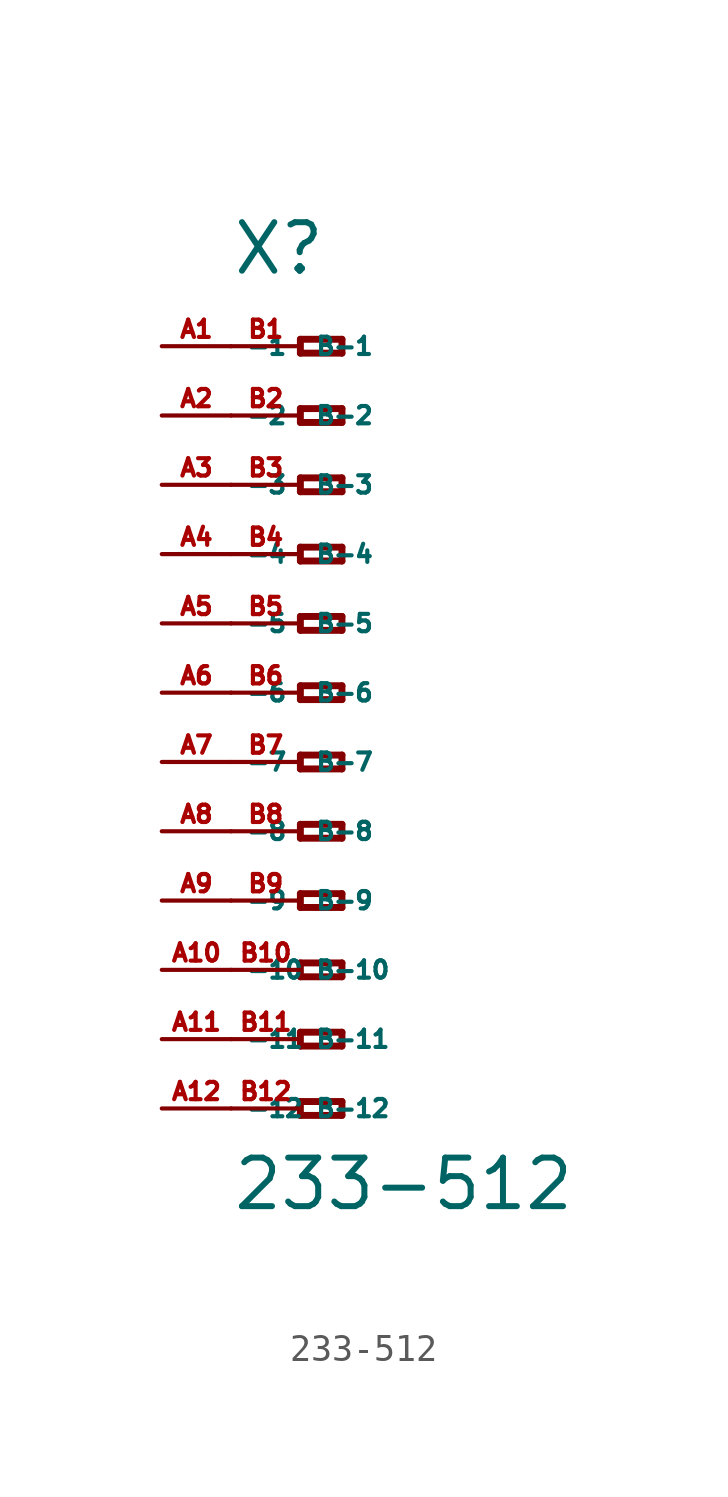
<source format=kicad_sym>
(kicad_symbol_lib
  (version 20220914)
  (generator Eagle2Kicad)
  (symbol "233-512"
    (property "Reference" "X"
      (at -5.08 15.24 0)
      (effects (font (size 1.778 1.778) (thickness 0.22)) (justify left bottom)))
    (property "Value" "233-512"
      (at -5.08 -19.05 0)
      (effects (font (size 1.778 1.778) (thickness 0.22)) (justify left bottom)))
    (polyline
      (pts (xy -2.54 12.954) (xy -2.54 12.446))
      (stroke (width 0.254) (type default))
      (fill (type none)))
    (polyline
      (pts (xy -2.54 12.446) (xy -1.016 12.446))
      (stroke (width 0.254) (type default))
      (fill (type none)))
    (polyline
      (pts (xy -1.016 12.446) (xy -1.016 12.954))
      (stroke (width 0.254) (type default))
      (fill (type none)))
    (polyline
      (pts (xy -1.016 12.954) (xy -2.54 12.954))
      (stroke (width 0.254) (type default))
      (fill (type none)))
    (polyline
      (pts (xy -2.54 10.414) (xy -2.54 9.906))
      (stroke (width 0.254) (type default))
      (fill (type none)))
    (polyline
      (pts (xy -2.54 9.906) (xy -1.016 9.906))
      (stroke (width 0.254) (type default))
      (fill (type none)))
    (polyline
      (pts (xy -1.016 9.906) (xy -1.016 10.414))
      (stroke (width 0.254) (type default))
      (fill (type none)))
    (polyline
      (pts (xy -1.016 10.414) (xy -2.54 10.414))
      (stroke (width 0.254) (type default))
      (fill (type none)))
    (polyline
      (pts (xy -2.54 7.874) (xy -2.54 7.366))
      (stroke (width 0.254) (type default))
      (fill (type none)))
    (polyline
      (pts (xy -2.54 7.366) (xy -1.016 7.366))
      (stroke (width 0.254) (type default))
      (fill (type none)))
    (polyline
      (pts (xy -1.016 7.366) (xy -1.016 7.874))
      (stroke (width 0.254) (type default))
      (fill (type none)))
    (polyline
      (pts (xy -1.016 7.874) (xy -2.54 7.874))
      (stroke (width 0.254) (type default))
      (fill (type none)))
    (polyline
      (pts (xy -2.54 5.334) (xy -2.54 4.826))
      (stroke (width 0.254) (type default))
      (fill (type none)))
    (polyline
      (pts (xy -2.54 4.826) (xy -1.016 4.826))
      (stroke (width 0.254) (type default))
      (fill (type none)))
    (polyline
      (pts (xy -1.016 4.826) (xy -1.016 5.334))
      (stroke (width 0.254) (type default))
      (fill (type none)))
    (polyline
      (pts (xy -1.016 5.334) (xy -2.54 5.334))
      (stroke (width 0.254) (type default))
      (fill (type none)))
    (polyline
      (pts (xy -2.54 2.794) (xy -2.54 2.286))
      (stroke (width 0.254) (type default))
      (fill (type none)))
    (polyline
      (pts (xy -2.54 2.286) (xy -1.016 2.286))
      (stroke (width 0.254) (type default))
      (fill (type none)))
    (polyline
      (pts (xy -1.016 2.286) (xy -1.016 2.794))
      (stroke (width 0.254) (type default))
      (fill (type none)))
    (polyline
      (pts (xy -1.016 2.794) (xy -2.54 2.794))
      (stroke (width 0.254) (type default))
      (fill (type none)))
    (polyline
      (pts (xy -2.54 0.254) (xy -2.54 -0.254))
      (stroke (width 0.254) (type default))
      (fill (type none)))
    (polyline
      (pts (xy -2.54 -0.254) (xy -1.016 -0.254))
      (stroke (width 0.254) (type default))
      (fill (type none)))
    (polyline
      (pts (xy -1.016 -0.254) (xy -1.016 0.254))
      (stroke (width 0.254) (type default))
      (fill (type none)))
    (polyline
      (pts (xy -1.016 0.254) (xy -2.54 0.254))
      (stroke (width 0.254) (type default))
      (fill (type none)))
    (polyline
      (pts (xy -2.54 -2.286) (xy -2.54 -2.794))
      (stroke (width 0.254) (type default))
      (fill (type none)))
    (polyline
      (pts (xy -2.54 -2.794) (xy -1.016 -2.794))
      (stroke (width 0.254) (type default))
      (fill (type none)))
    (polyline
      (pts (xy -1.016 -2.794) (xy -1.016 -2.286))
      (stroke (width 0.254) (type default))
      (fill (type none)))
    (polyline
      (pts (xy -1.016 -2.286) (xy -2.54 -2.286))
      (stroke (width 0.254) (type default))
      (fill (type none)))
    (polyline
      (pts (xy -2.54 -4.826) (xy -2.54 -5.334))
      (stroke (width 0.254) (type default))
      (fill (type none)))
    (polyline
      (pts (xy -2.54 -5.334) (xy -1.016 -5.334))
      (stroke (width 0.254) (type default))
      (fill (type none)))
    (polyline
      (pts (xy -1.016 -5.334) (xy -1.016 -4.826))
      (stroke (width 0.254) (type default))
      (fill (type none)))
    (polyline
      (pts (xy -1.016 -4.826) (xy -2.54 -4.826))
      (stroke (width 0.254) (type default))
      (fill (type none)))
    (polyline
      (pts (xy -2.54 -7.366) (xy -2.54 -7.874))
      (stroke (width 0.254) (type default))
      (fill (type none)))
    (polyline
      (pts (xy -2.54 -7.874) (xy -1.016 -7.874))
      (stroke (width 0.254) (type default))
      (fill (type none)))
    (polyline
      (pts (xy -1.016 -7.874) (xy -1.016 -7.366))
      (stroke (width 0.254) (type default))
      (fill (type none)))
    (polyline
      (pts (xy -1.016 -7.366) (xy -2.54 -7.366))
      (stroke (width 0.254) (type default))
      (fill (type none)))
    (polyline
      (pts (xy -2.54 -9.906) (xy -2.54 -10.414))
      (stroke (width 0.254) (type default))
      (fill (type none)))
    (polyline
      (pts (xy -2.54 -10.414) (xy -1.016 -10.414))
      (stroke (width 0.254) (type default))
      (fill (type none)))
    (polyline
      (pts (xy -1.016 -10.414) (xy -1.016 -9.906))
      (stroke (width 0.254) (type default))
      (fill (type none)))
    (polyline
      (pts (xy -1.016 -9.906) (xy -2.54 -9.906))
      (stroke (width 0.254) (type default))
      (fill (type none)))
    (polyline
      (pts (xy -2.54 -12.446) (xy -2.54 -12.954))
      (stroke (width 0.254) (type default))
      (fill (type none)))
    (polyline
      (pts (xy -2.54 -12.954) (xy -1.016 -12.954))
      (stroke (width 0.254) (type default))
      (fill (type none)))
    (polyline
      (pts (xy -1.016 -12.954) (xy -1.016 -12.446))
      (stroke (width 0.254) (type default))
      (fill (type none)))
    (polyline
      (pts (xy -1.016 -12.446) (xy -2.54 -12.446))
      (stroke (width 0.254) (type default))
      (fill (type none)))
    (polyline
      (pts (xy -2.54 -14.986) (xy -2.54 -15.494))
      (stroke (width 0.254) (type default))
      (fill (type none)))
    (polyline
      (pts (xy -2.54 -15.494) (xy -1.016 -15.494))
      (stroke (width 0.254) (type default))
      (fill (type none)))
    (polyline
      (pts (xy -1.016 -15.494) (xy -1.016 -14.986))
      (stroke (width 0.254) (type default))
      (fill (type none)))
    (polyline
      (pts (xy -1.016 -14.986) (xy -2.54 -14.986))
      (stroke (width 0.254) (type default))
      (fill (type none)))
    (pin passive line
      (at -7.62 12.7 0)
      (length 2.54)
      (name "-1" (effects (font (size 0.635 0.635) (thickness 0.08)) (justify left bottom)))
      (number "A1" (effects (font (size 0.635 0.635) (thickness 0.08)) (justify left bottom))))
    (pin passive line
      (at -7.62 10.16 0)
      (length 2.54)
      (name "-2" (effects (font (size 0.635 0.635) (thickness 0.08)) (justify left bottom)))
      (number "A2" (effects (font (size 0.635 0.635) (thickness 0.08)) (justify left bottom))))
    (pin passive line
      (at -7.62 7.62 0)
      (length 2.54)
      (name "-3" (effects (font (size 0.635 0.635) (thickness 0.08)) (justify left bottom)))
      (number "A3" (effects (font (size 0.635 0.635) (thickness 0.08)) (justify left bottom))))
    (pin passive line
      (at -7.62 5.08 0)
      (length 2.54)
      (name "-4" (effects (font (size 0.635 0.635) (thickness 0.08)) (justify left bottom)))
      (number "A4" (effects (font (size 0.635 0.635) (thickness 0.08)) (justify left bottom))))
    (pin passive line
      (at -7.62 2.54 0)
      (length 2.54)
      (name "-5" (effects (font (size 0.635 0.635) (thickness 0.08)) (justify left bottom)))
      (number "A5" (effects (font (size 0.635 0.635) (thickness 0.08)) (justify left bottom))))
    (pin passive line
      (at -7.62 0 0)
      (length 2.54)
      (name "-6" (effects (font (size 0.635 0.635) (thickness 0.08)) (justify left bottom)))
      (number "A6" (effects (font (size 0.635 0.635) (thickness 0.08)) (justify left bottom))))
    (pin passive line
      (at -7.62 -2.54 0)
      (length 2.54)
      (name "-7" (effects (font (size 0.635 0.635) (thickness 0.08)) (justify left bottom)))
      (number "A7" (effects (font (size 0.635 0.635) (thickness 0.08)) (justify left bottom))))
    (pin passive line
      (at -7.62 -5.08 0)
      (length 2.54)
      (name "-8" (effects (font (size 0.635 0.635) (thickness 0.08)) (justify left bottom)))
      (number "A8" (effects (font (size 0.635 0.635) (thickness 0.08)) (justify left bottom))))
    (pin passive line
      (at -7.62 -7.62 0)
      (length 2.54)
      (name "-9" (effects (font (size 0.635 0.635) (thickness 0.08)) (justify left bottom)))
      (number "A9" (effects (font (size 0.635 0.635) (thickness 0.08)) (justify left bottom))))
    (pin passive line
      (at -7.62 -10.16 0)
      (length 2.54)
      (name "-10" (effects (font (size 0.635 0.635) (thickness 0.08)) (justify left bottom)))
      (number "A10" (effects (font (size 0.635 0.635) (thickness 0.08)) (justify left bottom))))
    (pin passive line
      (at -7.62 -12.7 0)
      (length 2.54)
      (name "-11" (effects (font (size 0.635 0.635) (thickness 0.08)) (justify left bottom)))
      (number "A11" (effects (font (size 0.635 0.635) (thickness 0.08)) (justify left bottom))))
    (pin passive line
      (at -7.62 -15.24 0)
      (length 2.54)
      (name "-12" (effects (font (size 0.635 0.635) (thickness 0.08)) (justify left bottom)))
      (number "A12" (effects (font (size 0.635 0.635) (thickness 0.08)) (justify left bottom))))
    (pin passive line
      (at -5.08 -15.24 0)
      (length 2.54)
      (name "B-12" (effects (font (size 0.635 0.635) (thickness 0.08)) (justify left bottom)))
      (number "B12" (effects (font (size 0.635 0.635) (thickness 0.08)) (justify left bottom))))
    (pin passive line
      (at -5.08 12.7 0)
      (length 2.54)
      (name "B-1" (effects (font (size 0.635 0.635) (thickness 0.08)) (justify left bottom)))
      (number "B1" (effects (font (size 0.635 0.635) (thickness 0.08)) (justify left bottom))))
    (pin passive line
      (at -5.08 10.16 0)
      (length 2.54)
      (name "B-2" (effects (font (size 0.635 0.635) (thickness 0.08)) (justify left bottom)))
      (number "B2" (effects (font (size 0.635 0.635) (thickness 0.08)) (justify left bottom))))
    (pin passive line
      (at -5.08 7.62 0)
      (length 2.54)
      (name "B-3" (effects (font (size 0.635 0.635) (thickness 0.08)) (justify left bottom)))
      (number "B3" (effects (font (size 0.635 0.635) (thickness 0.08)) (justify left bottom))))
    (pin passive line
      (at -5.08 5.08 0)
      (length 2.54)
      (name "B-4" (effects (font (size 0.635 0.635) (thickness 0.08)) (justify left bottom)))
      (number "B4" (effects (font (size 0.635 0.635) (thickness 0.08)) (justify left bottom))))
    (pin passive line
      (at -5.08 2.54 0)
      (length 2.54)
      (name "B-5" (effects (font (size 0.635 0.635) (thickness 0.08)) (justify left bottom)))
      (number "B5" (effects (font (size 0.635 0.635) (thickness 0.08)) (justify left bottom))))
    (pin passive line
      (at -5.08 0 0)
      (length 2.54)
      (name "B-6" (effects (font (size 0.635 0.635) (thickness 0.08)) (justify left bottom)))
      (number "B6" (effects (font (size 0.635 0.635) (thickness 0.08)) (justify left bottom))))
    (pin passive line
      (at -5.08 -2.54 0)
      (length 2.54)
      (name "B-7" (effects (font (size 0.635 0.635) (thickness 0.08)) (justify left bottom)))
      (number "B7" (effects (font (size 0.635 0.635) (thickness 0.08)) (justify left bottom))))
    (pin passive line
      (at -5.08 -5.08 0)
      (length 2.54)
      (name "B-8" (effects (font (size 0.635 0.635) (thickness 0.08)) (justify left bottom)))
      (number "B8" (effects (font (size 0.635 0.635) (thickness 0.08)) (justify left bottom))))
    (pin passive line
      (at -5.08 -7.62 0)
      (length 2.54)
      (name "B-9" (effects (font (size 0.635 0.635) (thickness 0.08)) (justify left bottom)))
      (number "B9" (effects (font (size 0.635 0.635) (thickness 0.08)) (justify left bottom))))
    (pin passive line
      (at -5.08 -10.16 0)
      (length 2.54)
      (name "B-10" (effects (font (size 0.635 0.635) (thickness 0.08)) (justify left bottom)))
      (number "B10" (effects (font (size 0.635 0.635) (thickness 0.08)) (justify left bottom))))
    (pin passive line
      (at -5.08 -12.7 0)
      (length 2.54)
      (name "B-11" (effects (font (size 0.635 0.635) (thickness 0.08)) (justify left bottom)))
      (number "B11" (effects (font (size 0.635 0.635) (thickness 0.08)) (justify left bottom))))))
</source>
